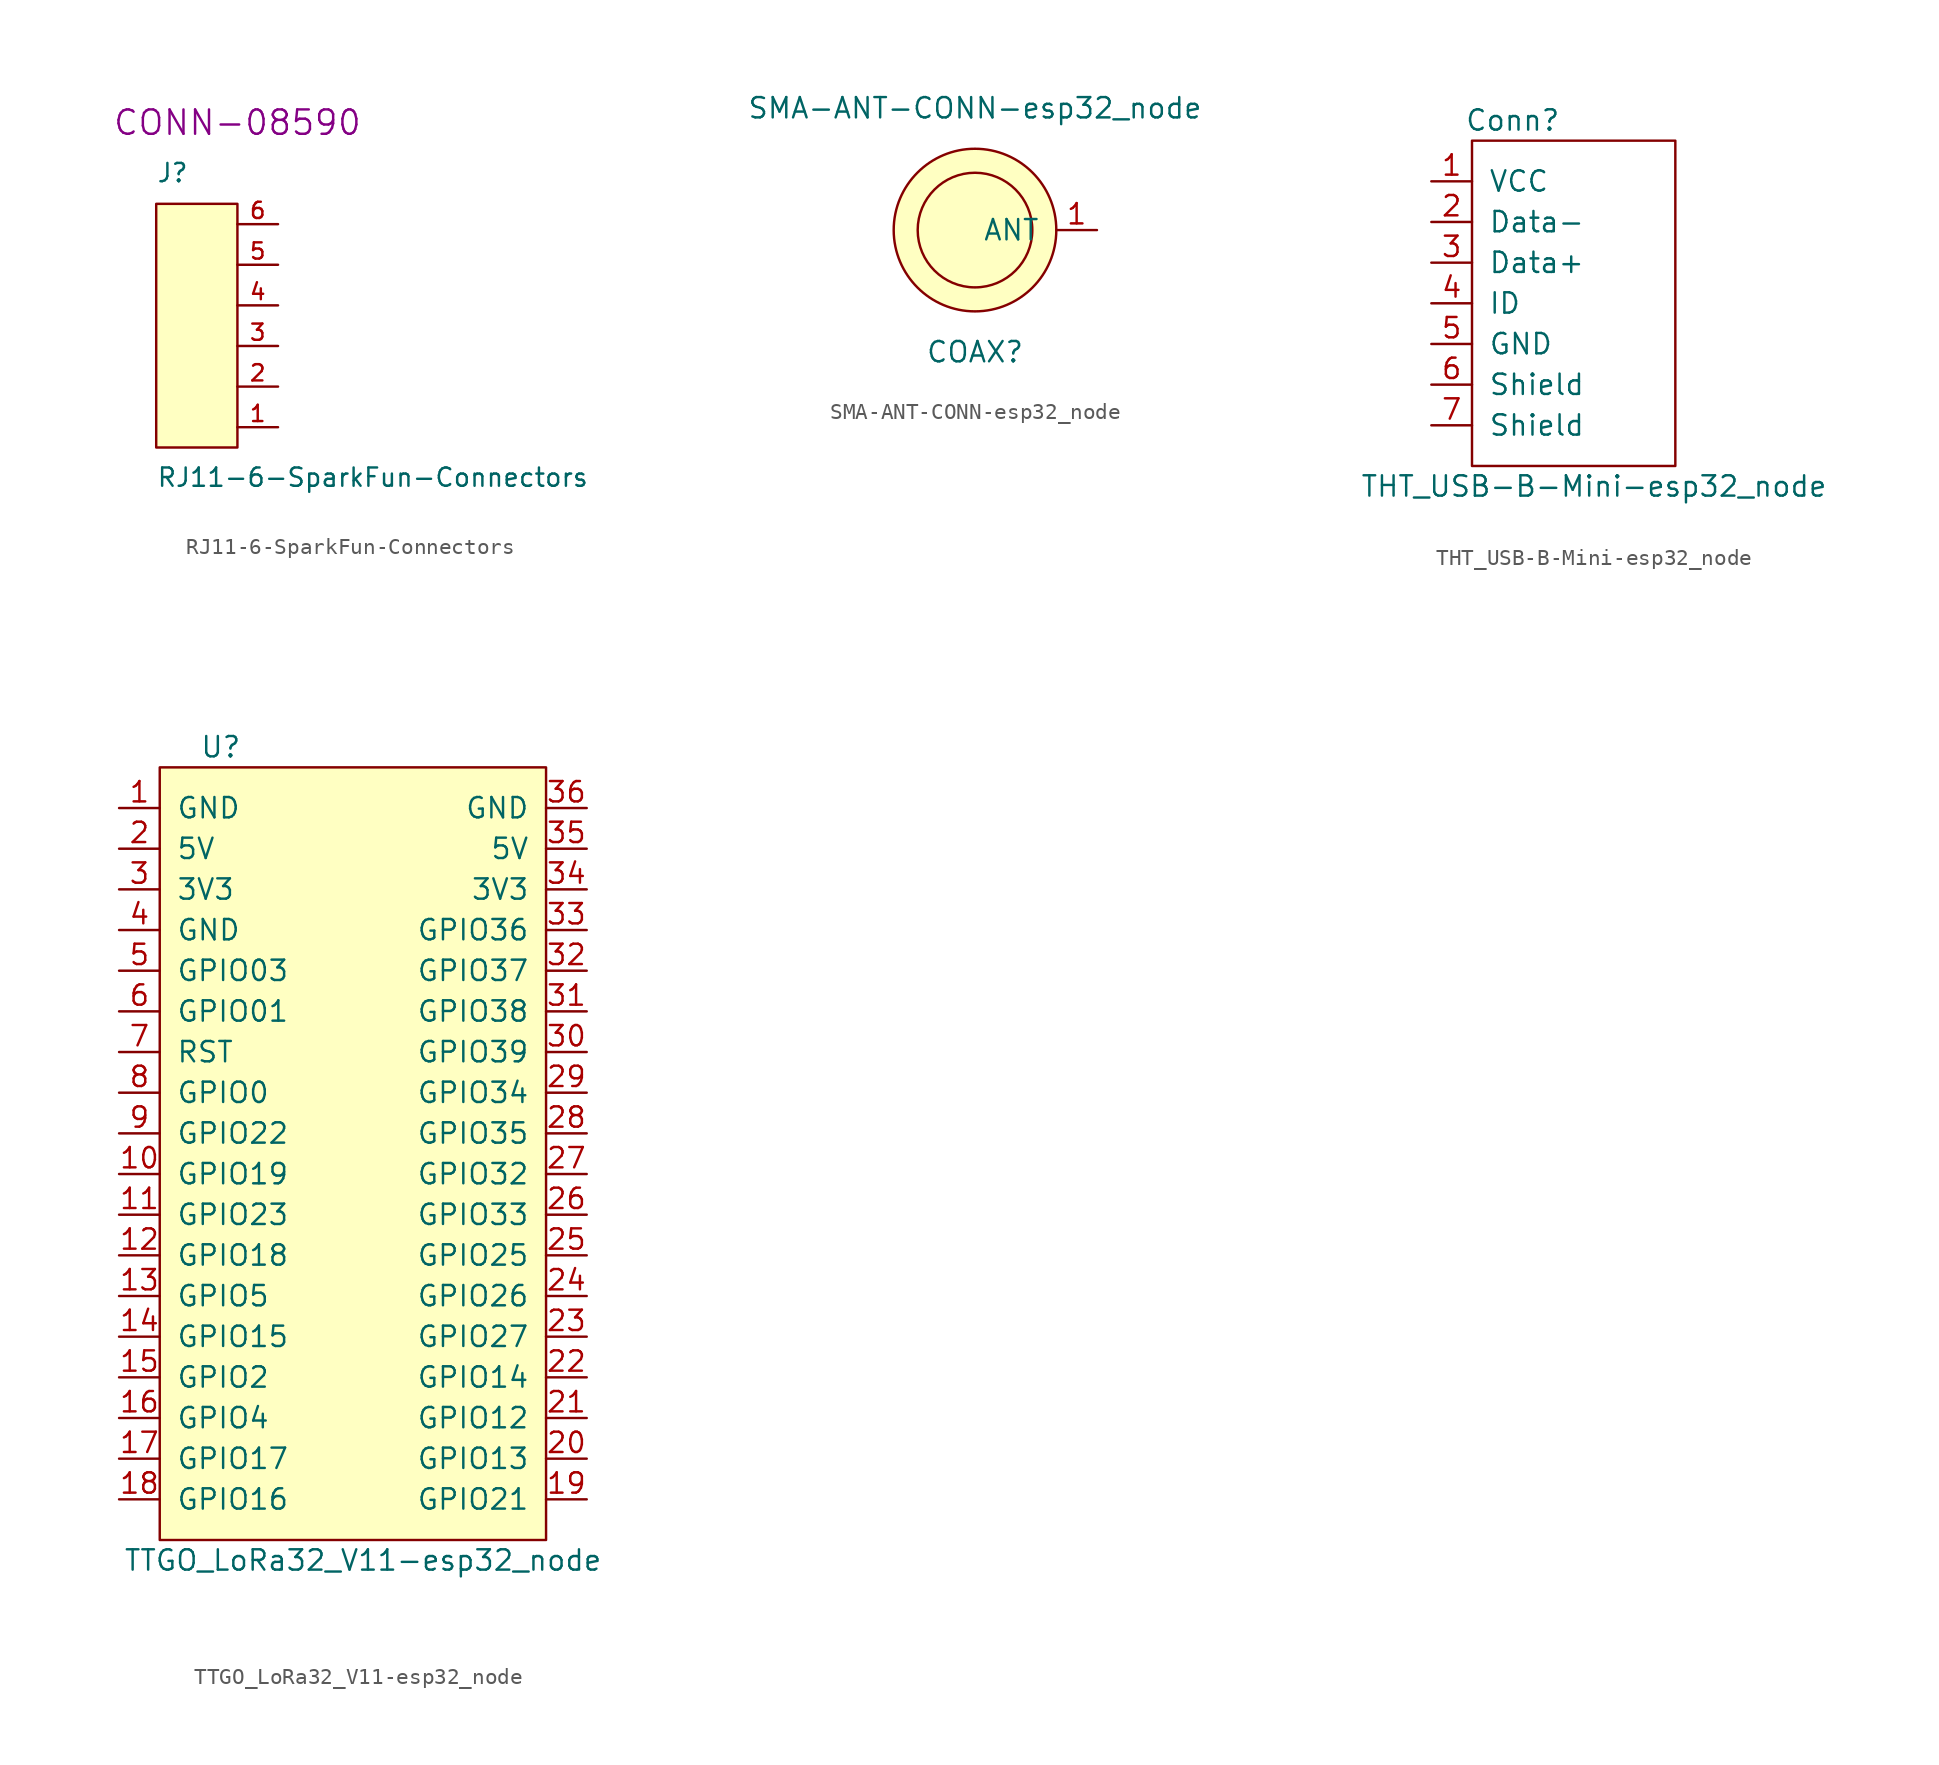
<source format=kicad_sym>
(kicad_symbol_lib
  (version 20220914)
  (generator kicad_symbol_editor)
  (symbol "RJ11-6-SparkFun-Connectors"
    (pin_names
      (offset 1.016) hide)
    (property "Reference" "J"
      (at -5.08 15.24 0)
      (effects (font (size 1.143 1.143)) (justify left bottom)))
    (property "Value" "RJ11-6-SparkFun-Connectors"
      (at -5.08 -3.81 0)
      (effects (font (size 1.143 1.143)) (justify left bottom)))
    (property "Field4" "CONN-08590"
      (at 0 19.05 0)
      (effects (font (size 1.524 1.524))))
    (symbol "RJ11-6-SparkFun-Connectors_1_1"
      (rectangle (start 0 -1.27) (end -5.08 13.97) (stroke (width 0) (type solid)) (fill (type background)))
      (pin passive line (at 2.54 0 180) (length 2.54) (name "1" (effects (font (size 1.016 1.016)))) (number "1" (effects (font (size 1.016 1.016)))))
      (pin passive line (at 2.54 2.54 180) (length 2.54) (name "2" (effects (font (size 1.016 1.016)))) (number "2" (effects (font (size 1.016 1.016)))))
      (pin passive line (at 2.54 5.08 180) (length 2.54) (name "3" (effects (font (size 1.016 1.016)))) (number "3" (effects (font (size 1.016 1.016)))))
      (pin passive line (at 2.54 7.62 180) (length 2.54) (name "4" (effects (font (size 1.016 1.016)))) (number "4" (effects (font (size 1.016 1.016)))))
      (pin passive line (at 2.54 10.16 180) (length 2.54) (name "5" (effects (font (size 1.016 1.016)))) (number "5" (effects (font (size 1.016 1.016)))))
      (pin passive line (at 2.54 12.7 180) (length 2.54) (name "6" (effects (font (size 1.016 1.016)))) (number "6" (effects (font (size 1.016 1.016)))))))
  (symbol "SMA-ANT-CONN-esp32_node"
    (pin_names
      (offset 1.016))
    (property "Reference" "COAX"
      (at 0 -7.62 0)
      (effects (font (size 1.27 1.27))))
    (property "Value" "SMA-ANT-CONN-esp32_node"
      (at 0 7.62 0)
      (effects (font (size 1.27 1.27))))
    (symbol "SMA-ANT-CONN-esp32_node_0_1"
      (circle (center 0 0) (radius 3.581) (stroke (width 0) (type solid)) (fill (type none)))
      (circle (center 0 0) (radius 5.08) (stroke (width 0) (type solid)) (fill (type background))))
    (symbol "SMA-ANT-CONN-esp32_node_1_1"
      (pin bidirectional line (at 7.62 0 180) (length 2.54) (name "ANT" (effects (font (size 1.27 1.27)))) (number "1" (effects (font (size 1.27 1.27)))))))
  (symbol "THT_USB-B-Mini-esp32_node"
    (pin_names
      (offset 1.016))
    (property "Reference" "Conn"
      (at -3.81 10.16 0)
      (effects (font (size 1.27 1.27))))
    (property "Value" "THT_USB-B-Mini-esp32_node"
      (at 1.27 -12.7 0)
      (effects (font (size 1.27 1.27))))
    (symbol "THT_USB-B-Mini-esp32_node_0_1"
      (rectangle (start -6.35 8.89) (end 6.35 -11.43) (stroke (width 0) (type solid)) (fill (type none))))
    (symbol "THT_USB-B-Mini-esp32_node_1_1"
      (pin power_in line (at -8.89 6.35 0) (length 2.54) (name "VCC" (effects (font (size 1.27 1.27)))) (number "1" (effects (font (size 1.27 1.27)))))
      (pin bidirectional line (at -8.89 3.81 0) (length 2.54) (name "Data-" (effects (font (size 1.27 1.27)))) (number "2" (effects (font (size 1.27 1.27)))))
      (pin bidirectional line (at -8.89 1.27 0) (length 2.54) (name "Data+" (effects (font (size 1.27 1.27)))) (number "3" (effects (font (size 1.27 1.27)))))
      (pin bidirectional line (at -8.89 -1.27 0) (length 2.54) (name "ID" (effects (font (size 1.27 1.27)))) (number "4" (effects (font (size 1.27 1.27)))))
      (pin power_in line (at -8.89 -3.81 0) (length 2.54) (name "GND" (effects (font (size 1.27 1.27)))) (number "5" (effects (font (size 1.27 1.27)))))
      (pin passive line (at -8.89 -6.35 0) (length 2.54) (name "Shield" (effects (font (size 1.27 1.27)))) (number "6" (effects (font (size 1.27 1.27)))))
      (pin passive line (at -8.89 -8.89 0) (length 2.54) (name "Shield" (effects (font (size 1.27 1.27)))) (number "7" (effects (font (size 1.27 1.27)))))))
  (symbol "TTGO_LoRa32_V11-esp32_node"
    (pin_names
      (offset 1.016))
    (property "Reference" "U"
      (at -8.89 17.78 0)
      (effects (font (size 1.27 1.27))))
    (property "Value" "TTGO_LoRa32_V11-esp32_node"
      (at 0 -33.02 0)
      (effects (font (size 1.27 1.27))))
    (symbol "TTGO_LoRa32_V11-esp32_node_0_1"
      (rectangle (start 11.43 16.51) (end -12.7 -31.75) (stroke (width 0) (type solid)) (fill (type background))))
    (symbol "TTGO_LoRa32_V11-esp32_node_1_1"
      (pin input line (at -15.24 13.97 0) (length 2.54) (name "GND" (effects (font (size 1.27 1.27)))) (number "1" (effects (font (size 1.27 1.27)))))
      (pin input line (at -15.24 -8.89 0) (length 2.54) (name "GPIO19" (effects (font (size 1.27 1.27)))) (number "10" (effects (font (size 1.27 1.27)))))
      (pin input line (at -15.24 -11.43 0) (length 2.54) (name "GPIO23" (effects (font (size 1.27 1.27)))) (number "11" (effects (font (size 1.27 1.27)))))
      (pin input line (at -15.24 -13.97 0) (length 2.54) (name "GPIO18" (effects (font (size 1.27 1.27)))) (number "12" (effects (font (size 1.27 1.27)))))
      (pin input line (at -15.24 -16.51 0) (length 2.54) (name "GPIO5" (effects (font (size 1.27 1.27)))) (number "13" (effects (font (size 1.27 1.27)))))
      (pin input line (at -15.24 -19.05 0) (length 2.54) (name "GPIO15" (effects (font (size 1.27 1.27)))) (number "14" (effects (font (size 1.27 1.27)))))
      (pin input line (at -15.24 -21.59 0) (length 2.54) (name "GPIO2" (effects (font (size 1.27 1.27)))) (number "15" (effects (font (size 1.27 1.27)))))
      (pin input line (at -15.24 -24.13 0) (length 2.54) (name "GPIO4" (effects (font (size 1.27 1.27)))) (number "16" (effects (font (size 1.27 1.27)))))
      (pin input line (at -15.24 -26.67 0) (length 2.54) (name "GPIO17" (effects (font (size 1.27 1.27)))) (number "17" (effects (font (size 1.27 1.27)))))
      (pin input line (at -15.24 -29.21 0) (length 2.54) (name "GPIO16" (effects (font (size 1.27 1.27)))) (number "18" (effects (font (size 1.27 1.27)))))
      (pin input line (at 13.97 -29.21 180) (length 2.54) (name "GPIO21" (effects (font (size 1.27 1.27)))) (number "19" (effects (font (size 1.27 1.27)))))
      (pin input line (at -15.24 11.43 0) (length 2.54) (name "5V" (effects (font (size 1.27 1.27)))) (number "2" (effects (font (size 1.27 1.27)))))
      (pin input line (at 13.97 -26.67 180) (length 2.54) (name "GPIO13" (effects (font (size 1.27 1.27)))) (number "20" (effects (font (size 1.27 1.27)))))
      (pin input line (at 13.97 -24.13 180) (length 2.54) (name "GPIO12" (effects (font (size 1.27 1.27)))) (number "21" (effects (font (size 1.27 1.27)))))
      (pin input line (at 13.97 -21.59 180) (length 2.54) (name "GPIO14" (effects (font (size 1.27 1.27)))) (number "22" (effects (font (size 1.27 1.27)))))
      (pin input line (at 13.97 -19.05 180) (length 2.54) (name "GPIO27" (effects (font (size 1.27 1.27)))) (number "23" (effects (font (size 1.27 1.27)))))
      (pin input line (at 13.97 -16.51 180) (length 2.54) (name "GPIO26" (effects (font (size 1.27 1.27)))) (number "24" (effects (font (size 1.27 1.27)))))
      (pin input line (at 13.97 -13.97 180) (length 2.54) (name "GPIO25" (effects (font (size 1.27 1.27)))) (number "25" (effects (font (size 1.27 1.27)))))
      (pin input line (at 13.97 -11.43 180) (length 2.54) (name "GPIO33" (effects (font (size 1.27 1.27)))) (number "26" (effects (font (size 1.27 1.27)))))
      (pin input line (at 13.97 -8.89 180) (length 2.54) (name "GPIO32" (effects (font (size 1.27 1.27)))) (number "27" (effects (font (size 1.27 1.27)))))
      (pin input line (at 13.97 -6.35 180) (length 2.54) (name "GPIO35" (effects (font (size 1.27 1.27)))) (number "28" (effects (font (size 1.27 1.27)))))
      (pin input line (at 13.97 -3.81 180) (length 2.54) (name "GPIO34" (effects (font (size 1.27 1.27)))) (number "29" (effects (font (size 1.27 1.27)))))
      (pin input line (at -15.24 8.89 0) (length 2.54) (name "3V3" (effects (font (size 1.27 1.27)))) (number "3" (effects (font (size 1.27 1.27)))))
      (pin input line (at 13.97 -1.27 180) (length 2.54) (name "GPIO39" (effects (font (size 1.27 1.27)))) (number "30" (effects (font (size 1.27 1.27)))))
      (pin input line (at 13.97 1.27 180) (length 2.54) (name "GPIO38" (effects (font (size 1.27 1.27)))) (number "31" (effects (font (size 1.27 1.27)))))
      (pin input line (at 13.97 3.81 180) (length 2.54) (name "GPIO37" (effects (font (size 1.27 1.27)))) (number "32" (effects (font (size 1.27 1.27)))))
      (pin input line (at 13.97 6.35 180) (length 2.54) (name "GPIO36" (effects (font (size 1.27 1.27)))) (number "33" (effects (font (size 1.27 1.27)))))
      (pin input line (at 13.97 8.89 180) (length 2.54) (name "3V3" (effects (font (size 1.27 1.27)))) (number "34" (effects (font (size 1.27 1.27)))))
      (pin input line (at 13.97 11.43 180) (length 2.54) (name "5V" (effects (font (size 1.27 1.27)))) (number "35" (effects (font (size 1.27 1.27)))))
      (pin input line (at 13.97 13.97 180) (length 2.54) (name "GND" (effects (font (size 1.27 1.27)))) (number "36" (effects (font (size 1.27 1.27)))))
      (pin input line (at -15.24 6.35 0) (length 2.54) (name "GND" (effects (font (size 1.27 1.27)))) (number "4" (effects (font (size 1.27 1.27)))))
      (pin input line (at -15.24 3.81 0) (length 2.54) (name "GPIO03" (effects (font (size 1.27 1.27)))) (number "5" (effects (font (size 1.27 1.27)))))
      (pin input line (at -15.24 1.27 0) (length 2.54) (name "GPIO01" (effects (font (size 1.27 1.27)))) (number "6" (effects (font (size 1.27 1.27)))))
      (pin input line (at -15.24 -1.27 0) (length 2.54) (name "RST" (effects (font (size 1.27 1.27)))) (number "7" (effects (font (size 1.27 1.27)))))
      (pin input line (at -15.24 -3.81 0) (length 2.54) (name "GPIO0" (effects (font (size 1.27 1.27)))) (number "8" (effects (font (size 1.27 1.27)))))
      (pin input line (at -15.24 -6.35 0) (length 2.54) (name "GPIO22" (effects (font (size 1.27 1.27)))) (number "9" (effects (font (size 1.27 1.27))))))))
</source>
